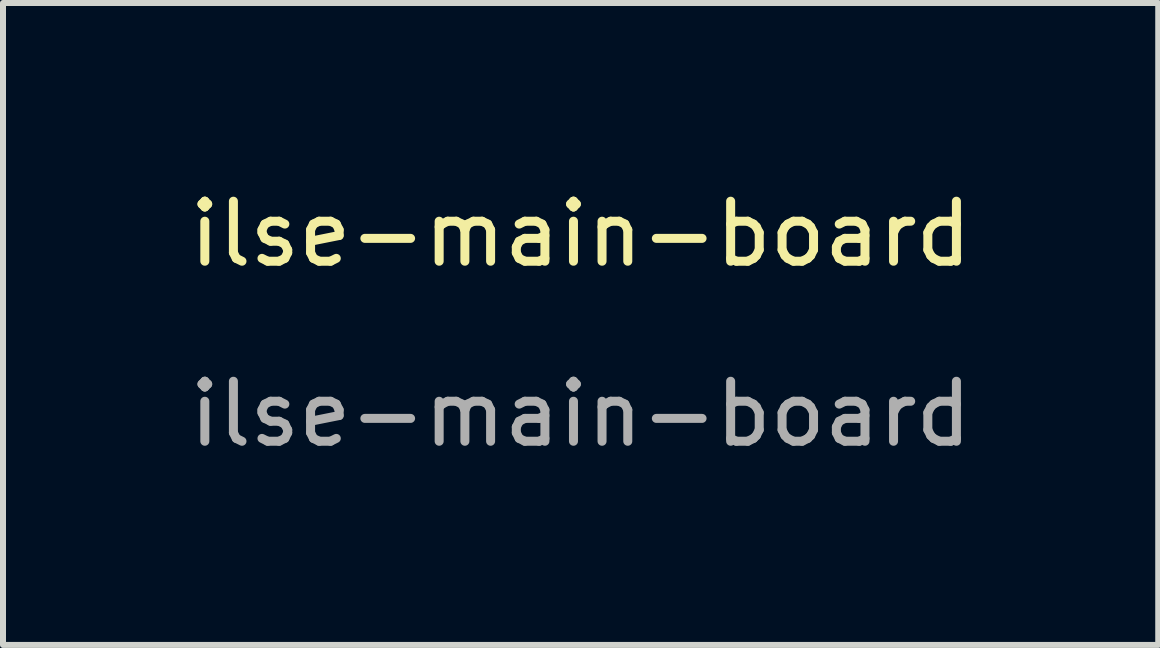
<source format=kicad_pcb>
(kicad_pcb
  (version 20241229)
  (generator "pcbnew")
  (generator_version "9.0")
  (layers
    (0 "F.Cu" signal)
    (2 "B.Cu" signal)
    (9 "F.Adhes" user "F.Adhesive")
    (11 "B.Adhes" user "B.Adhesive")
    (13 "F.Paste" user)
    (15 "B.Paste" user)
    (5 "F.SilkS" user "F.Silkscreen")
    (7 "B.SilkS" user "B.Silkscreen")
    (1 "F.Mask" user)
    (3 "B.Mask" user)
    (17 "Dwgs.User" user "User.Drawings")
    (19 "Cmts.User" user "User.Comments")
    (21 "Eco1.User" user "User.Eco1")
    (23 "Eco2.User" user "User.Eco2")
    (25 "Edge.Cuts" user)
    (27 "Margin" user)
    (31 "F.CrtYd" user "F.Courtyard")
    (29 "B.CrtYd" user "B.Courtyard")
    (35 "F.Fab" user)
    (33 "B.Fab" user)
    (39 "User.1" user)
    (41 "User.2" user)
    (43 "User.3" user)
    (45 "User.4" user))
  (footprint "ilse-main-board"
    (layer "F.Cu")
    (at 6.625 1.348)
    (property "Reference" "ilse-main-board" (at 0 -0.5 0) (unlocked yes) (layer "F.SilkS") (effects (font (size 1 1) (thickness 0.15))))
    (attr smd)
    (fp_text user "${REFERENCE}" (at 0 2.5 0) (unlocked yes) (layer "F.Fab") (effects (font (size 1 1) (thickness 0.15)))))
  (gr_rect
    (start -3 -3)
    (end 16.25 7.697)
    (stroke (width 0.1) (type default))
    (fill no)
    (layer "Edge.Cuts")))
</source>
